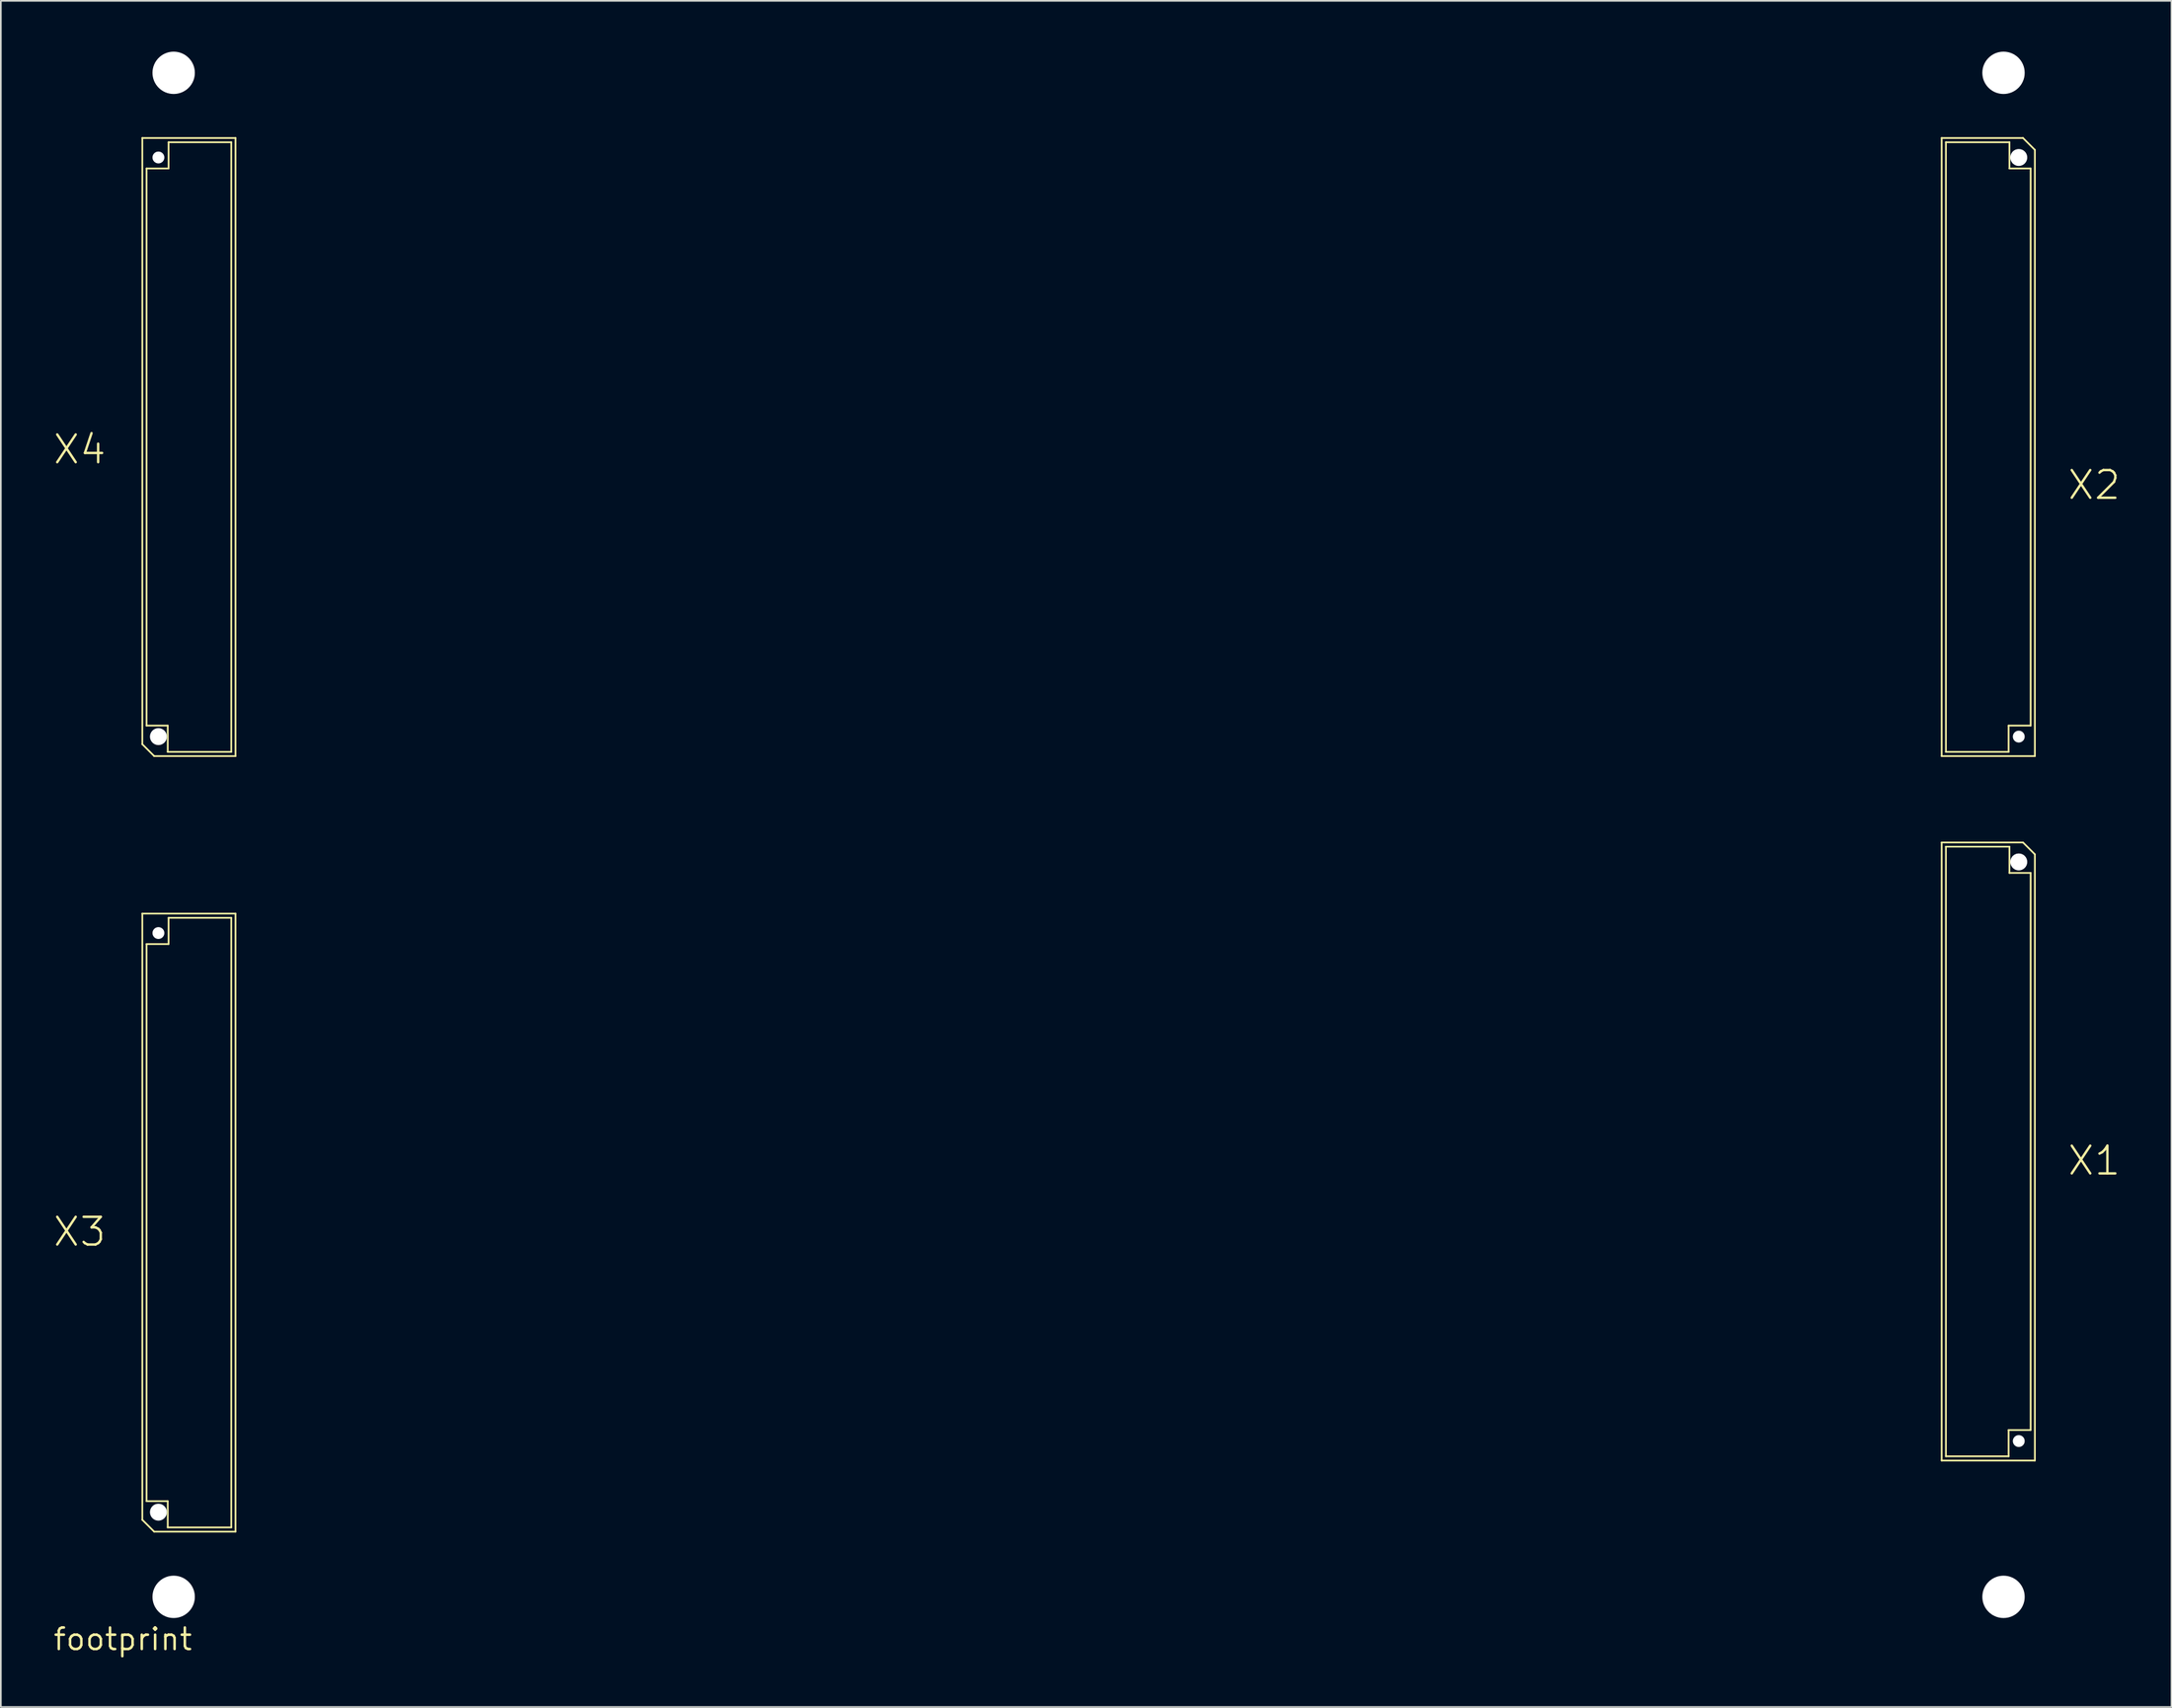
<source format=kicad_pcb>
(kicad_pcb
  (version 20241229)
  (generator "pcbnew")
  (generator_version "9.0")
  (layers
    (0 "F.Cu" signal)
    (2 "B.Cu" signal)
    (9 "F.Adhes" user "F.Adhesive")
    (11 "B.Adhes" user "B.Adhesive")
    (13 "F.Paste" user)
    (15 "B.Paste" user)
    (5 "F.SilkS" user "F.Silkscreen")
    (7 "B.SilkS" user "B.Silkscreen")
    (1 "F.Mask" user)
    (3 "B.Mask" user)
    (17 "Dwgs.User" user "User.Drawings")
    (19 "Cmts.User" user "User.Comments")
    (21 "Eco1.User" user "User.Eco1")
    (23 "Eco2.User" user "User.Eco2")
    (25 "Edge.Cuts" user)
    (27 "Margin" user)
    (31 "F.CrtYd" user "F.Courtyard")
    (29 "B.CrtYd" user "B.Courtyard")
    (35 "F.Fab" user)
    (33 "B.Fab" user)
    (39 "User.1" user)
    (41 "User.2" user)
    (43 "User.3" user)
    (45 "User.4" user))
  (footprint "footprint"
    (layer "F.Cu")
    (at 4.2 93.75)
    (property "Reference" "footprint" (at 0 0 0) (layer "F.SilkS") (effects (font (size 1.27 1.27) (thickness 0.15))))
    (fp_line (start 1.15 -88.65) (end 6.65 -88.65) (stroke (width 0.102) (type solid)) (layer "F.SilkS"))
    (fp_line (start 1.15 -52.85) (end 1.15 -88.65) (stroke (width 0.102) (type solid)) (layer "F.SilkS"))
    (fp_line (start 1.15 -42.85) (end 6.65 -42.85) (stroke (width 0.102) (type solid)) (layer "F.SilkS"))
    (fp_line (start 1.15 -7.05) (end 1.15 -42.85) (stroke (width 0.102) (type solid)) (layer "F.SilkS"))
    (fp_line (start 1.4 -86.85) (end 1.4 -53.95) (stroke (width 0.102) (type solid)) (layer "F.SilkS"))
    (fp_line (start 1.4 -53.95) (end 2.65 -53.95) (stroke (width 0.102) (type solid)) (layer "F.SilkS"))
    (fp_line (start 1.4 -41.05) (end 1.4 -8.15) (stroke (width 0.102) (type solid)) (layer "F.SilkS"))
    (fp_line (start 1.4 -8.15) (end 2.65 -8.15) (stroke (width 0.102) (type solid)) (layer "F.SilkS"))
    (fp_line (start 1.85 -52.15) (end 1.15 -52.85) (stroke (width 0.102) (type solid)) (layer "F.SilkS"))
    (fp_line (start 1.85 -6.35) (end 1.15 -7.05) (stroke (width 0.102) (type solid)) (layer "F.SilkS"))
    (fp_line (start 2.65 -53.95) (end 2.65 -52.4) (stroke (width 0.102) (type solid)) (layer "F.SilkS"))
    (fp_line (start 2.65 -52.4) (end 6.4 -52.4) (stroke (width 0.102) (type solid)) (layer "F.SilkS"))
    (fp_line (start 2.65 -8.15) (end 2.65 -6.6) (stroke (width 0.102) (type solid)) (layer "F.SilkS"))
    (fp_line (start 2.65 -6.6) (end 6.4 -6.6) (stroke (width 0.102) (type solid)) (layer "F.SilkS"))
    (fp_line (start 2.7 -88.4) (end 2.7 -86.85) (stroke (width 0.102) (type solid)) (layer "F.SilkS"))
    (fp_line (start 2.7 -86.85) (end 1.4 -86.85) (stroke (width 0.102) (type solid)) (layer "F.SilkS"))
    (fp_line (start 2.7 -42.6) (end 2.7 -41.05) (stroke (width 0.102) (type solid)) (layer "F.SilkS"))
    (fp_line (start 2.7 -41.05) (end 1.4 -41.05) (stroke (width 0.102) (type solid)) (layer "F.SilkS"))
    (fp_line (start 6.4 -88.4) (end 2.7 -88.4) (stroke (width 0.102) (type solid)) (layer "F.SilkS"))
    (fp_line (start 6.4 -52.4) (end 6.4 -88.4) (stroke (width 0.102) (type solid)) (layer "F.SilkS"))
    (fp_line (start 6.4 -42.6) (end 2.7 -42.6) (stroke (width 0.102) (type solid)) (layer "F.SilkS"))
    (fp_line (start 6.4 -6.6) (end 6.4 -42.6) (stroke (width 0.102) (type solid)) (layer "F.SilkS"))
    (fp_line (start 6.65 -88.65) (end 6.65 -52.15) (stroke (width 0.102) (type solid)) (layer "F.SilkS"))
    (fp_line (start 6.65 -52.15) (end 1.85 -52.15) (stroke (width 0.102) (type solid)) (layer "F.SilkS"))
    (fp_line (start 6.65 -42.85) (end 6.65 -6.35) (stroke (width 0.102) (type solid)) (layer "F.SilkS"))
    (fp_line (start 6.65 -6.35) (end 1.85 -6.35) (stroke (width 0.102) (type solid)) (layer "F.SilkS"))
    (fp_line (start 107.35 -88.65) (end 112.15 -88.65) (stroke (width 0.102) (type solid)) (layer "F.SilkS"))
    (fp_line (start 107.35 -52.15) (end 107.35 -88.65) (stroke (width 0.102) (type solid)) (layer "F.SilkS"))
    (fp_line (start 107.35 -47.05) (end 112.15 -47.05) (stroke (width 0.102) (type solid)) (layer "F.SilkS"))
    (fp_line (start 107.35 -10.55) (end 107.35 -47.05) (stroke (width 0.102) (type solid)) (layer "F.SilkS"))
    (fp_line (start 107.6 -88.4) (end 107.6 -52.4) (stroke (width 0.102) (type solid)) (layer "F.SilkS"))
    (fp_line (start 107.6 -52.4) (end 111.3 -52.4) (stroke (width 0.102) (type solid)) (layer "F.SilkS"))
    (fp_line (start 107.6 -46.8) (end 107.6 -10.8) (stroke (width 0.102) (type solid)) (layer "F.SilkS"))
    (fp_line (start 107.6 -10.8) (end 111.3 -10.8) (stroke (width 0.102) (type solid)) (layer "F.SilkS"))
    (fp_line (start 111.3 -53.95) (end 112.6 -53.95) (stroke (width 0.102) (type solid)) (layer "F.SilkS"))
    (fp_line (start 111.3 -52.4) (end 111.3 -53.95) (stroke (width 0.102) (type solid)) (layer "F.SilkS"))
    (fp_line (start 111.3 -12.35) (end 112.6 -12.35) (stroke (width 0.102) (type solid)) (layer "F.SilkS"))
    (fp_line (start 111.3 -10.8) (end 111.3 -12.35) (stroke (width 0.102) (type solid)) (layer "F.SilkS"))
    (fp_line (start 111.35 -88.4) (end 107.6 -88.4) (stroke (width 0.102) (type solid)) (layer "F.SilkS"))
    (fp_line (start 111.35 -86.85) (end 111.35 -88.4) (stroke (width 0.102) (type solid)) (layer "F.SilkS"))
    (fp_line (start 111.35 -46.8) (end 107.6 -46.8) (stroke (width 0.102) (type solid)) (layer "F.SilkS"))
    (fp_line (start 111.35 -45.25) (end 111.35 -46.8) (stroke (width 0.102) (type solid)) (layer "F.SilkS"))
    (fp_line (start 112.15 -88.65) (end 112.85 -87.95) (stroke (width 0.102) (type solid)) (layer "F.SilkS"))
    (fp_line (start 112.15 -47.05) (end 112.85 -46.35) (stroke (width 0.102) (type solid)) (layer "F.SilkS"))
    (fp_line (start 112.6 -86.85) (end 111.35 -86.85) (stroke (width 0.102) (type solid)) (layer "F.SilkS"))
    (fp_line (start 112.6 -53.95) (end 112.6 -86.85) (stroke (width 0.102) (type solid)) (layer "F.SilkS"))
    (fp_line (start 112.6 -45.25) (end 111.35 -45.25) (stroke (width 0.102) (type solid)) (layer "F.SilkS"))
    (fp_line (start 112.6 -12.35) (end 112.6 -45.25) (stroke (width 0.102) (type solid)) (layer "F.SilkS"))
    (fp_line (start 112.85 -87.95) (end 112.85 -52.15) (stroke (width 0.102) (type solid)) (layer "F.SilkS"))
    (fp_line (start 112.85 -52.15) (end 107.35 -52.15) (stroke (width 0.102) (type solid)) (layer "F.SilkS"))
    (fp_line (start 112.85 -46.35) (end 112.85 -10.55) (stroke (width 0.102) (type solid)) (layer "F.SilkS"))
    (fp_line (start 112.85 -10.55) (end 107.35 -10.55) (stroke (width 0.102) (type solid)) (layer "F.SilkS"))
    (fp_text user "X2" (at 114.7 -67.2 0) (layer "F.SilkS") (effects (font (size 1.636 1.636) (thickness 0.142)) (justify left bottom)))
    (fp_text user "X1" (at 114.7 -27.3 0) (layer "F.SilkS") (effects (font (size 1.636 1.636) (thickness 0.142)) (justify left bottom)))
    (fp_text user "X4" (at -4.2 -69.3 0) (layer "F.SilkS") (effects (font (size 1.636 1.636) (thickness 0.142)) (justify left bottom)))
    (fp_text user "X3" (at -4.2 -23.1 0) (layer "F.SilkS") (effects (font (size 1.636 1.636) (thickness 0.142)) (justify left bottom)))
    (pad "" np_thru_hole circle (at 2.1 -87.5) (size 0.7 0.7) (drill 0.7) (layers "*.Cu" "*.Mask"))
    (pad "" np_thru_hole circle (at 2.1 -53.3) (size 1 1) (drill 1) (layers "*.Cu" "*.Mask"))
    (pad "" np_thru_hole circle (at 2.1 -41.7) (size 0.7 0.7) (drill 0.7) (layers "*.Cu" "*.Mask"))
    (pad "" np_thru_hole circle (at 2.1 -7.5) (size 1 1) (drill 1) (layers "*.Cu" "*.Mask"))
    (pad "" np_thru_hole circle (at 3 -92.5) (size 2.5 2.5) (drill 2.5) (layers "*.Cu" "*.Mask"))
    (pad "" np_thru_hole circle (at 3 -2.5) (size 2.5 2.5) (drill 2.5) (layers "*.Cu" "*.Mask"))
    (pad "" np_thru_hole circle (at 111 -92.5) (size 2.5 2.5) (drill 2.5) (layers "*.Cu" "*.Mask"))
    (pad "" np_thru_hole circle (at 111 -2.5) (size 2.5 2.5) (drill 2.5) (layers "*.Cu" "*.Mask"))
    (pad "" np_thru_hole circle (at 111.9 -87.5) (size 1 1) (drill 1) (layers "*.Cu" "*.Mask"))
    (pad "" np_thru_hole circle (at 111.9 -53.3) (size 0.7 0.7) (drill 0.7) (layers "*.Cu" "*.Mask"))
    (pad "" np_thru_hole circle (at 111.9 -45.9) (size 1 1) (drill 1) (layers "*.Cu" "*.Mask"))
    (pad "" np_thru_hole circle (at 111.9 -11.7) (size 0.7 0.7) (drill 0.7) (layers "*.Cu" "*.Mask")))
  (gr_rect
    (start -3 -3)
    (end 125.115 97.756)
    (stroke (width 0.1) (type default))
    (fill no)
    (layer "Edge.Cuts")))
</source>
